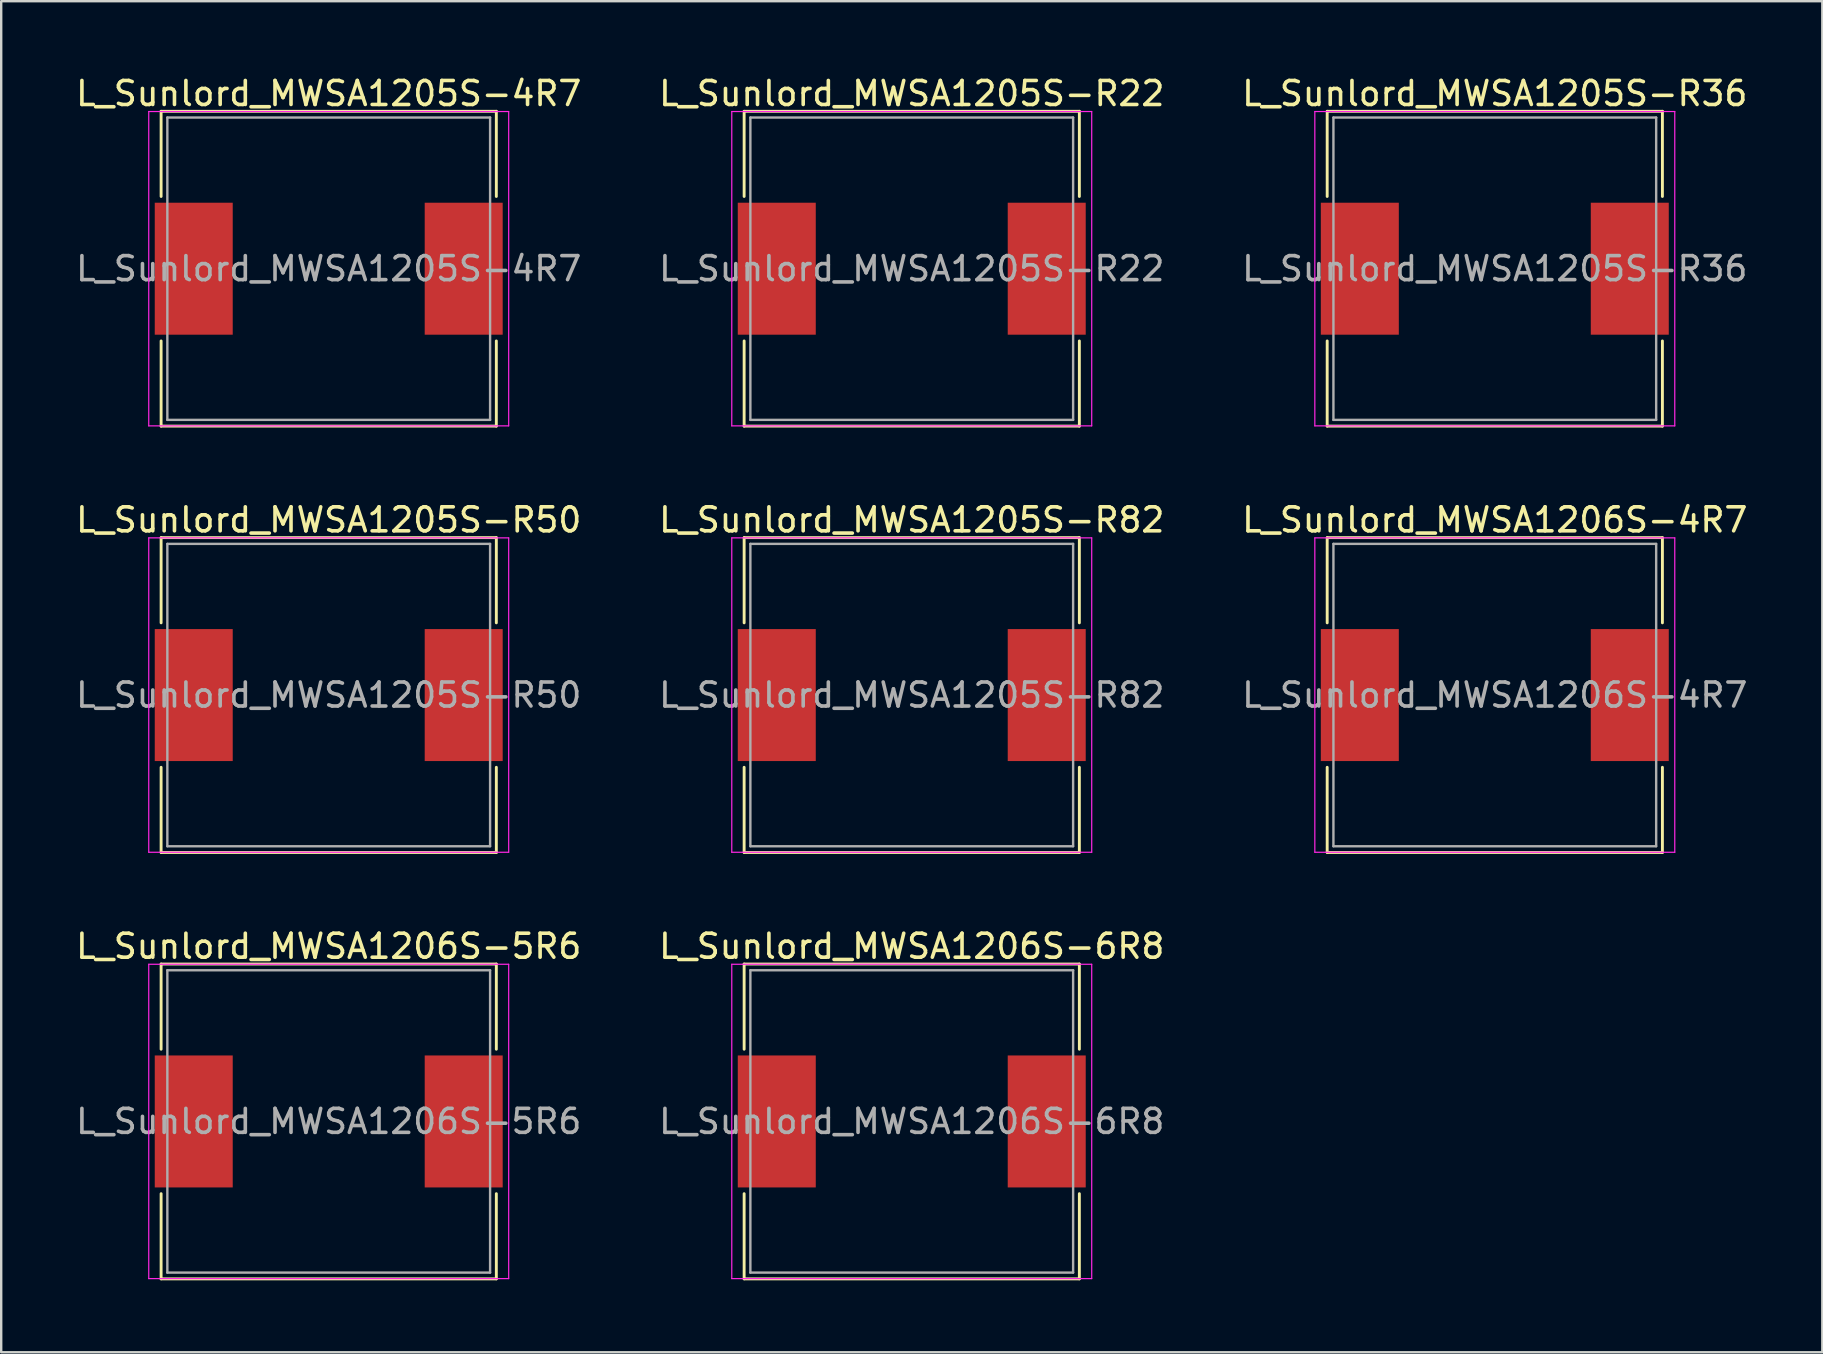
<source format=kicad_pcb>
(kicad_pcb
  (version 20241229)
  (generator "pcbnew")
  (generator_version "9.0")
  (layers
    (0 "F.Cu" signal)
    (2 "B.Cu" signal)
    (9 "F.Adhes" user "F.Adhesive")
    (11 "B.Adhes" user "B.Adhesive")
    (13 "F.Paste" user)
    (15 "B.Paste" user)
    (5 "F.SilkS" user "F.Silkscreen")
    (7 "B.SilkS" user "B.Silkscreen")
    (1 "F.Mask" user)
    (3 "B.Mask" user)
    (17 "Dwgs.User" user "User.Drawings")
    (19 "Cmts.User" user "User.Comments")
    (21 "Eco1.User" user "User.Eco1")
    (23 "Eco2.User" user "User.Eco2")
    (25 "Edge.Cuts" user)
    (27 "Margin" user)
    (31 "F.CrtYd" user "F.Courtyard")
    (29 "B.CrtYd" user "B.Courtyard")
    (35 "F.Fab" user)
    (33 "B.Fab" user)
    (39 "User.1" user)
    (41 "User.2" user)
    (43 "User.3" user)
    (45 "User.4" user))
  (footprint "L_Sunlord_MWSA1205S-R36"
    (layer "F.Cu")
    (at 59.244 8.148)
    (property "Reference" "L_Sunlord_MWSA1205S-R36" (at 0 -7.3 0) (layer "F.SilkS") (effects (font (size 1 1) (thickness 0.15))))
    (attr smd)
    (fp_line (start -6.985 -6.56) (end -6.985 -3.01) (stroke (width 0.12) (type solid)) (layer "F.SilkS"))
    (fp_line (start -6.985 -6.56) (end 6.985 -6.56) (stroke (width 0.12) (type solid)) (layer "F.SilkS"))
    (fp_line (start -6.985 6.56) (end -6.985 3.01) (stroke (width 0.12) (type solid)) (layer "F.SilkS"))
    (fp_line (start -6.985 6.56) (end 6.985 6.56) (stroke (width 0.12) (type solid)) (layer "F.SilkS"))
    (fp_line (start 6.985 -6.56) (end 6.985 -3.01) (stroke (width 0.12) (type solid)) (layer "F.SilkS"))
    (fp_line (start 6.985 6.56) (end 6.985 3.01) (stroke (width 0.12) (type solid)) (layer "F.SilkS"))
    (fp_line (start -7.5 -6.55) (end -7.5 6.55) (stroke (width 0.05) (type solid)) (layer "F.CrtYd"))
    (fp_line (start -7.5 6.55) (end 7.5 6.55) (stroke (width 0.05) (type solid)) (layer "F.CrtYd"))
    (fp_line (start 7.5 -6.55) (end -7.5 -6.55) (stroke (width 0.05) (type solid)) (layer "F.CrtYd"))
    (fp_line (start 7.5 6.55) (end 7.5 -6.55) (stroke (width 0.05) (type solid)) (layer "F.CrtYd"))
    (fp_line (start -6.725 -6.3) (end -6.725 6.3) (stroke (width 0.1) (type solid)) (layer "F.Fab"))
    (fp_line (start -6.725 6.3) (end 6.725 6.3) (stroke (width 0.1) (type solid)) (layer "F.Fab"))
    (fp_line (start 6.725 -6.3) (end -6.725 -6.3) (stroke (width 0.1) (type solid)) (layer "F.Fab"))
    (fp_line (start 6.725 6.3) (end 6.725 -6.3) (stroke (width 0.1) (type solid)) (layer "F.Fab"))
    (fp_text user "${REFERENCE}" (at 0 0 0) (layer "F.Fab") (effects (font (size 1 1) (thickness 0.15))))
    (pad "1" smd rect (at -5.625 0) (size 3.25 5.5) (layers "F.Cu" "F.Mask" "F.Paste"))
    (pad "2" smd rect (at 5.625 0) (size 3.25 5.5) (layers "F.Cu" "F.Mask" "F.Paste")))
  (footprint "L_Sunlord_MWSA1206S-4R7"
    (layer "F.Cu")
    (at 59.244 25.916)
    (property "Reference" "L_Sunlord_MWSA1206S-4R7" (at 0 -7.3 0) (layer "F.SilkS") (effects (font (size 1 1) (thickness 0.15))))
    (attr smd)
    (fp_line (start -6.985 -6.56) (end -6.985 -3.01) (stroke (width 0.12) (type solid)) (layer "F.SilkS"))
    (fp_line (start -6.985 -6.56) (end 6.985 -6.56) (stroke (width 0.12) (type solid)) (layer "F.SilkS"))
    (fp_line (start -6.985 6.56) (end -6.985 3.01) (stroke (width 0.12) (type solid)) (layer "F.SilkS"))
    (fp_line (start -6.985 6.56) (end 6.985 6.56) (stroke (width 0.12) (type solid)) (layer "F.SilkS"))
    (fp_line (start 6.985 -6.56) (end 6.985 -3.01) (stroke (width 0.12) (type solid)) (layer "F.SilkS"))
    (fp_line (start 6.985 6.56) (end 6.985 3.01) (stroke (width 0.12) (type solid)) (layer "F.SilkS"))
    (fp_line (start -7.5 -6.55) (end -7.5 6.55) (stroke (width 0.05) (type solid)) (layer "F.CrtYd"))
    (fp_line (start -7.5 6.55) (end 7.5 6.55) (stroke (width 0.05) (type solid)) (layer "F.CrtYd"))
    (fp_line (start 7.5 -6.55) (end -7.5 -6.55) (stroke (width 0.05) (type solid)) (layer "F.CrtYd"))
    (fp_line (start 7.5 6.55) (end 7.5 -6.55) (stroke (width 0.05) (type solid)) (layer "F.CrtYd"))
    (fp_line (start -6.725 -6.3) (end -6.725 6.3) (stroke (width 0.1) (type solid)) (layer "F.Fab"))
    (fp_line (start -6.725 6.3) (end 6.725 6.3) (stroke (width 0.1) (type solid)) (layer "F.Fab"))
    (fp_line (start 6.725 -6.3) (end -6.725 -6.3) (stroke (width 0.1) (type solid)) (layer "F.Fab"))
    (fp_line (start 6.725 6.3) (end 6.725 -6.3) (stroke (width 0.1) (type solid)) (layer "F.Fab"))
    (fp_text user "${REFERENCE}" (at 0 0 0) (layer "F.Fab") (effects (font (size 1 1) (thickness 0.15))))
    (pad "1" smd rect (at -5.625 0) (size 3.25 5.5) (layers "F.Cu" "F.Mask" "F.Paste"))
    (pad "2" smd rect (at 5.625 0) (size 3.25 5.5) (layers "F.Cu" "F.Mask" "F.Paste")))
  (footprint "L_Sunlord_MWSA1205S-R82"
    (layer "F.Cu")
    (at 34.946 25.916)
    (property "Reference" "L_Sunlord_MWSA1205S-R82" (at 0 -7.3 0) (layer "F.SilkS") (effects (font (size 1 1) (thickness 0.15))))
    (attr smd)
    (fp_line (start -6.985 -6.56) (end -6.985 -3.01) (stroke (width 0.12) (type solid)) (layer "F.SilkS"))
    (fp_line (start -6.985 -6.56) (end 6.985 -6.56) (stroke (width 0.12) (type solid)) (layer "F.SilkS"))
    (fp_line (start -6.985 6.56) (end -6.985 3.01) (stroke (width 0.12) (type solid)) (layer "F.SilkS"))
    (fp_line (start -6.985 6.56) (end 6.985 6.56) (stroke (width 0.12) (type solid)) (layer "F.SilkS"))
    (fp_line (start 6.985 -6.56) (end 6.985 -3.01) (stroke (width 0.12) (type solid)) (layer "F.SilkS"))
    (fp_line (start 6.985 6.56) (end 6.985 3.01) (stroke (width 0.12) (type solid)) (layer "F.SilkS"))
    (fp_line (start -7.5 -6.55) (end -7.5 6.55) (stroke (width 0.05) (type solid)) (layer "F.CrtYd"))
    (fp_line (start -7.5 6.55) (end 7.5 6.55) (stroke (width 0.05) (type solid)) (layer "F.CrtYd"))
    (fp_line (start 7.5 -6.55) (end -7.5 -6.55) (stroke (width 0.05) (type solid)) (layer "F.CrtYd"))
    (fp_line (start 7.5 6.55) (end 7.5 -6.55) (stroke (width 0.05) (type solid)) (layer "F.CrtYd"))
    (fp_line (start -6.725 -6.3) (end -6.725 6.3) (stroke (width 0.1) (type solid)) (layer "F.Fab"))
    (fp_line (start -6.725 6.3) (end 6.725 6.3) (stroke (width 0.1) (type solid)) (layer "F.Fab"))
    (fp_line (start 6.725 -6.3) (end -6.725 -6.3) (stroke (width 0.1) (type solid)) (layer "F.Fab"))
    (fp_line (start 6.725 6.3) (end 6.725 -6.3) (stroke (width 0.1) (type solid)) (layer "F.Fab"))
    (fp_text user "${REFERENCE}" (at 0 0 0) (layer "F.Fab") (effects (font (size 1 1) (thickness 0.15))))
    (pad "1" smd rect (at -5.625 0) (size 3.25 5.5) (layers "F.Cu" "F.Mask" "F.Paste"))
    (pad "2" smd rect (at 5.625 0) (size 3.25 5.5) (layers "F.Cu" "F.Mask" "F.Paste")))
  (footprint "L_Sunlord_MWSA1205S-R22"
    (layer "F.Cu")
    (at 34.946 8.148)
    (property "Reference" "L_Sunlord_MWSA1205S-R22" (at 0 -7.3 0) (layer "F.SilkS") (effects (font (size 1 1) (thickness 0.15))))
    (attr smd)
    (fp_line (start -6.985 -6.56) (end -6.985 -3.01) (stroke (width 0.12) (type solid)) (layer "F.SilkS"))
    (fp_line (start -6.985 -6.56) (end 6.985 -6.56) (stroke (width 0.12) (type solid)) (layer "F.SilkS"))
    (fp_line (start -6.985 6.56) (end -6.985 3.01) (stroke (width 0.12) (type solid)) (layer "F.SilkS"))
    (fp_line (start -6.985 6.56) (end 6.985 6.56) (stroke (width 0.12) (type solid)) (layer "F.SilkS"))
    (fp_line (start 6.985 -6.56) (end 6.985 -3.01) (stroke (width 0.12) (type solid)) (layer "F.SilkS"))
    (fp_line (start 6.985 6.56) (end 6.985 3.01) (stroke (width 0.12) (type solid)) (layer "F.SilkS"))
    (fp_line (start -7.5 -6.55) (end -7.5 6.55) (stroke (width 0.05) (type solid)) (layer "F.CrtYd"))
    (fp_line (start -7.5 6.55) (end 7.5 6.55) (stroke (width 0.05) (type solid)) (layer "F.CrtYd"))
    (fp_line (start 7.5 -6.55) (end -7.5 -6.55) (stroke (width 0.05) (type solid)) (layer "F.CrtYd"))
    (fp_line (start 7.5 6.55) (end 7.5 -6.55) (stroke (width 0.05) (type solid)) (layer "F.CrtYd"))
    (fp_line (start -6.725 -6.3) (end -6.725 6.3) (stroke (width 0.1) (type solid)) (layer "F.Fab"))
    (fp_line (start -6.725 6.3) (end 6.725 6.3) (stroke (width 0.1) (type solid)) (layer "F.Fab"))
    (fp_line (start 6.725 -6.3) (end -6.725 -6.3) (stroke (width 0.1) (type solid)) (layer "F.Fab"))
    (fp_line (start 6.725 6.3) (end 6.725 -6.3) (stroke (width 0.1) (type solid)) (layer "F.Fab"))
    (fp_text user "${REFERENCE}" (at 0 0 0) (layer "F.Fab") (effects (font (size 1 1) (thickness 0.15))))
    (pad "1" smd rect (at -5.625 0) (size 3.25 5.5) (layers "F.Cu" "F.Mask" "F.Paste"))
    (pad "2" smd rect (at 5.625 0) (size 3.25 5.5) (layers "F.Cu" "F.Mask" "F.Paste")))
  (footprint "L_Sunlord_MWSA1206S-5R6"
    (layer "F.Cu")
    (at 10.649 43.685)
    (property "Reference" "L_Sunlord_MWSA1206S-5R6" (at 0 -7.3 0) (layer "F.SilkS") (effects (font (size 1 1) (thickness 0.15))))
    (attr smd)
    (fp_line (start -6.985 -6.56) (end -6.985 -3.01) (stroke (width 0.12) (type solid)) (layer "F.SilkS"))
    (fp_line (start -6.985 -6.56) (end 6.985 -6.56) (stroke (width 0.12) (type solid)) (layer "F.SilkS"))
    (fp_line (start -6.985 6.56) (end -6.985 3.01) (stroke (width 0.12) (type solid)) (layer "F.SilkS"))
    (fp_line (start -6.985 6.56) (end 6.985 6.56) (stroke (width 0.12) (type solid)) (layer "F.SilkS"))
    (fp_line (start 6.985 -6.56) (end 6.985 -3.01) (stroke (width 0.12) (type solid)) (layer "F.SilkS"))
    (fp_line (start 6.985 6.56) (end 6.985 3.01) (stroke (width 0.12) (type solid)) (layer "F.SilkS"))
    (fp_line (start -7.5 -6.55) (end -7.5 6.55) (stroke (width 0.05) (type solid)) (layer "F.CrtYd"))
    (fp_line (start -7.5 6.55) (end 7.5 6.55) (stroke (width 0.05) (type solid)) (layer "F.CrtYd"))
    (fp_line (start 7.5 -6.55) (end -7.5 -6.55) (stroke (width 0.05) (type solid)) (layer "F.CrtYd"))
    (fp_line (start 7.5 6.55) (end 7.5 -6.55) (stroke (width 0.05) (type solid)) (layer "F.CrtYd"))
    (fp_line (start -6.725 -6.3) (end -6.725 6.3) (stroke (width 0.1) (type solid)) (layer "F.Fab"))
    (fp_line (start -6.725 6.3) (end 6.725 6.3) (stroke (width 0.1) (type solid)) (layer "F.Fab"))
    (fp_line (start 6.725 -6.3) (end -6.725 -6.3) (stroke (width 0.1) (type solid)) (layer "F.Fab"))
    (fp_line (start 6.725 6.3) (end 6.725 -6.3) (stroke (width 0.1) (type solid)) (layer "F.Fab"))
    (fp_text user "${REFERENCE}" (at 0 0 0) (layer "F.Fab") (effects (font (size 1 1) (thickness 0.15))))
    (pad "1" smd rect (at -5.625 0) (size 3.25 5.5) (layers "F.Cu" "F.Mask" "F.Paste"))
    (pad "2" smd rect (at 5.625 0) (size 3.25 5.5) (layers "F.Cu" "F.Mask" "F.Paste")))
  (footprint "L_Sunlord_MWSA1206S-6R8"
    (layer "F.Cu")
    (at 34.946 43.685)
    (property "Reference" "L_Sunlord_MWSA1206S-6R8" (at 0 -7.3 0) (layer "F.SilkS") (effects (font (size 1 1) (thickness 0.15))))
    (attr smd)
    (fp_line (start -6.985 -6.56) (end -6.985 -3.01) (stroke (width 0.12) (type solid)) (layer "F.SilkS"))
    (fp_line (start -6.985 -6.56) (end 6.985 -6.56) (stroke (width 0.12) (type solid)) (layer "F.SilkS"))
    (fp_line (start -6.985 6.56) (end -6.985 3.01) (stroke (width 0.12) (type solid)) (layer "F.SilkS"))
    (fp_line (start -6.985 6.56) (end 6.985 6.56) (stroke (width 0.12) (type solid)) (layer "F.SilkS"))
    (fp_line (start 6.985 -6.56) (end 6.985 -3.01) (stroke (width 0.12) (type solid)) (layer "F.SilkS"))
    (fp_line (start 6.985 6.56) (end 6.985 3.01) (stroke (width 0.12) (type solid)) (layer "F.SilkS"))
    (fp_line (start -7.5 -6.55) (end -7.5 6.55) (stroke (width 0.05) (type solid)) (layer "F.CrtYd"))
    (fp_line (start -7.5 6.55) (end 7.5 6.55) (stroke (width 0.05) (type solid)) (layer "F.CrtYd"))
    (fp_line (start 7.5 -6.55) (end -7.5 -6.55) (stroke (width 0.05) (type solid)) (layer "F.CrtYd"))
    (fp_line (start 7.5 6.55) (end 7.5 -6.55) (stroke (width 0.05) (type solid)) (layer "F.CrtYd"))
    (fp_line (start -6.725 -6.3) (end -6.725 6.3) (stroke (width 0.1) (type solid)) (layer "F.Fab"))
    (fp_line (start -6.725 6.3) (end 6.725 6.3) (stroke (width 0.1) (type solid)) (layer "F.Fab"))
    (fp_line (start 6.725 -6.3) (end -6.725 -6.3) (stroke (width 0.1) (type solid)) (layer "F.Fab"))
    (fp_line (start 6.725 6.3) (end 6.725 -6.3) (stroke (width 0.1) (type solid)) (layer "F.Fab"))
    (fp_text user "${REFERENCE}" (at 0 0 0) (layer "F.Fab") (effects (font (size 1 1) (thickness 0.15))))
    (pad "1" smd rect (at -5.625 0) (size 3.25 5.5) (layers "F.Cu" "F.Mask" "F.Paste"))
    (pad "2" smd rect (at 5.625 0) (size 3.25 5.5) (layers "F.Cu" "F.Mask" "F.Paste")))
  (footprint "L_Sunlord_MWSA1205S-4R7"
    (layer "F.Cu")
    (at 10.649 8.148)
    (property "Reference" "L_Sunlord_MWSA1205S-4R7" (at 0 -7.3 0) (layer "F.SilkS") (effects (font (size 1 1) (thickness 0.15))))
    (attr smd)
    (fp_line (start -6.985 -6.56) (end -6.985 -3.01) (stroke (width 0.12) (type solid)) (layer "F.SilkS"))
    (fp_line (start -6.985 -6.56) (end 6.985 -6.56) (stroke (width 0.12) (type solid)) (layer "F.SilkS"))
    (fp_line (start -6.985 6.56) (end -6.985 3.01) (stroke (width 0.12) (type solid)) (layer "F.SilkS"))
    (fp_line (start -6.985 6.56) (end 6.985 6.56) (stroke (width 0.12) (type solid)) (layer "F.SilkS"))
    (fp_line (start 6.985 -6.56) (end 6.985 -3.01) (stroke (width 0.12) (type solid)) (layer "F.SilkS"))
    (fp_line (start 6.985 6.56) (end 6.985 3.01) (stroke (width 0.12) (type solid)) (layer "F.SilkS"))
    (fp_line (start -7.5 -6.55) (end -7.5 6.55) (stroke (width 0.05) (type solid)) (layer "F.CrtYd"))
    (fp_line (start -7.5 6.55) (end 7.5 6.55) (stroke (width 0.05) (type solid)) (layer "F.CrtYd"))
    (fp_line (start 7.5 -6.55) (end -7.5 -6.55) (stroke (width 0.05) (type solid)) (layer "F.CrtYd"))
    (fp_line (start 7.5 6.55) (end 7.5 -6.55) (stroke (width 0.05) (type solid)) (layer "F.CrtYd"))
    (fp_line (start -6.725 -6.3) (end -6.725 6.3) (stroke (width 0.1) (type solid)) (layer "F.Fab"))
    (fp_line (start -6.725 6.3) (end 6.725 6.3) (stroke (width 0.1) (type solid)) (layer "F.Fab"))
    (fp_line (start 6.725 -6.3) (end -6.725 -6.3) (stroke (width 0.1) (type solid)) (layer "F.Fab"))
    (fp_line (start 6.725 6.3) (end 6.725 -6.3) (stroke (width 0.1) (type solid)) (layer "F.Fab"))
    (fp_text user "${REFERENCE}" (at 0 0 0) (layer "F.Fab") (effects (font (size 1 1) (thickness 0.15))))
    (pad "1" smd rect (at -5.625 0) (size 3.25 5.5) (layers "F.Cu" "F.Mask" "F.Paste"))
    (pad "2" smd rect (at 5.625 0) (size 3.25 5.5) (layers "F.Cu" "F.Mask" "F.Paste")))
  (footprint "L_Sunlord_MWSA1205S-R50"
    (layer "F.Cu")
    (at 10.649 25.916)
    (property "Reference" "L_Sunlord_MWSA1205S-R50" (at 0 -7.3 0) (layer "F.SilkS") (effects (font (size 1 1) (thickness 0.15))))
    (attr smd)
    (fp_line (start -6.985 -6.56) (end -6.985 -3.01) (stroke (width 0.12) (type solid)) (layer "F.SilkS"))
    (fp_line (start -6.985 -6.56) (end 6.985 -6.56) (stroke (width 0.12) (type solid)) (layer "F.SilkS"))
    (fp_line (start -6.985 6.56) (end -6.985 3.01) (stroke (width 0.12) (type solid)) (layer "F.SilkS"))
    (fp_line (start -6.985 6.56) (end 6.985 6.56) (stroke (width 0.12) (type solid)) (layer "F.SilkS"))
    (fp_line (start 6.985 -6.56) (end 6.985 -3.01) (stroke (width 0.12) (type solid)) (layer "F.SilkS"))
    (fp_line (start 6.985 6.56) (end 6.985 3.01) (stroke (width 0.12) (type solid)) (layer "F.SilkS"))
    (fp_line (start -7.5 -6.55) (end -7.5 6.55) (stroke (width 0.05) (type solid)) (layer "F.CrtYd"))
    (fp_line (start -7.5 6.55) (end 7.5 6.55) (stroke (width 0.05) (type solid)) (layer "F.CrtYd"))
    (fp_line (start 7.5 -6.55) (end -7.5 -6.55) (stroke (width 0.05) (type solid)) (layer "F.CrtYd"))
    (fp_line (start 7.5 6.55) (end 7.5 -6.55) (stroke (width 0.05) (type solid)) (layer "F.CrtYd"))
    (fp_line (start -6.725 -6.3) (end -6.725 6.3) (stroke (width 0.1) (type solid)) (layer "F.Fab"))
    (fp_line (start -6.725 6.3) (end 6.725 6.3) (stroke (width 0.1) (type solid)) (layer "F.Fab"))
    (fp_line (start 6.725 -6.3) (end -6.725 -6.3) (stroke (width 0.1) (type solid)) (layer "F.Fab"))
    (fp_line (start 6.725 6.3) (end 6.725 -6.3) (stroke (width 0.1) (type solid)) (layer "F.Fab"))
    (fp_text user "${REFERENCE}" (at 0 0 0) (layer "F.Fab") (effects (font (size 1 1) (thickness 0.15))))
    (pad "1" smd rect (at -5.625 0) (size 3.25 5.5) (layers "F.Cu" "F.Mask" "F.Paste"))
    (pad "2" smd rect (at 5.625 0) (size 3.25 5.5) (layers "F.Cu" "F.Mask" "F.Paste")))
  (gr_rect
    (start -3 -3)
    (end 72.893 53.305)
    (stroke (width 0.1) (type default))
    (fill no)
    (layer "Edge.Cuts")))
</source>
